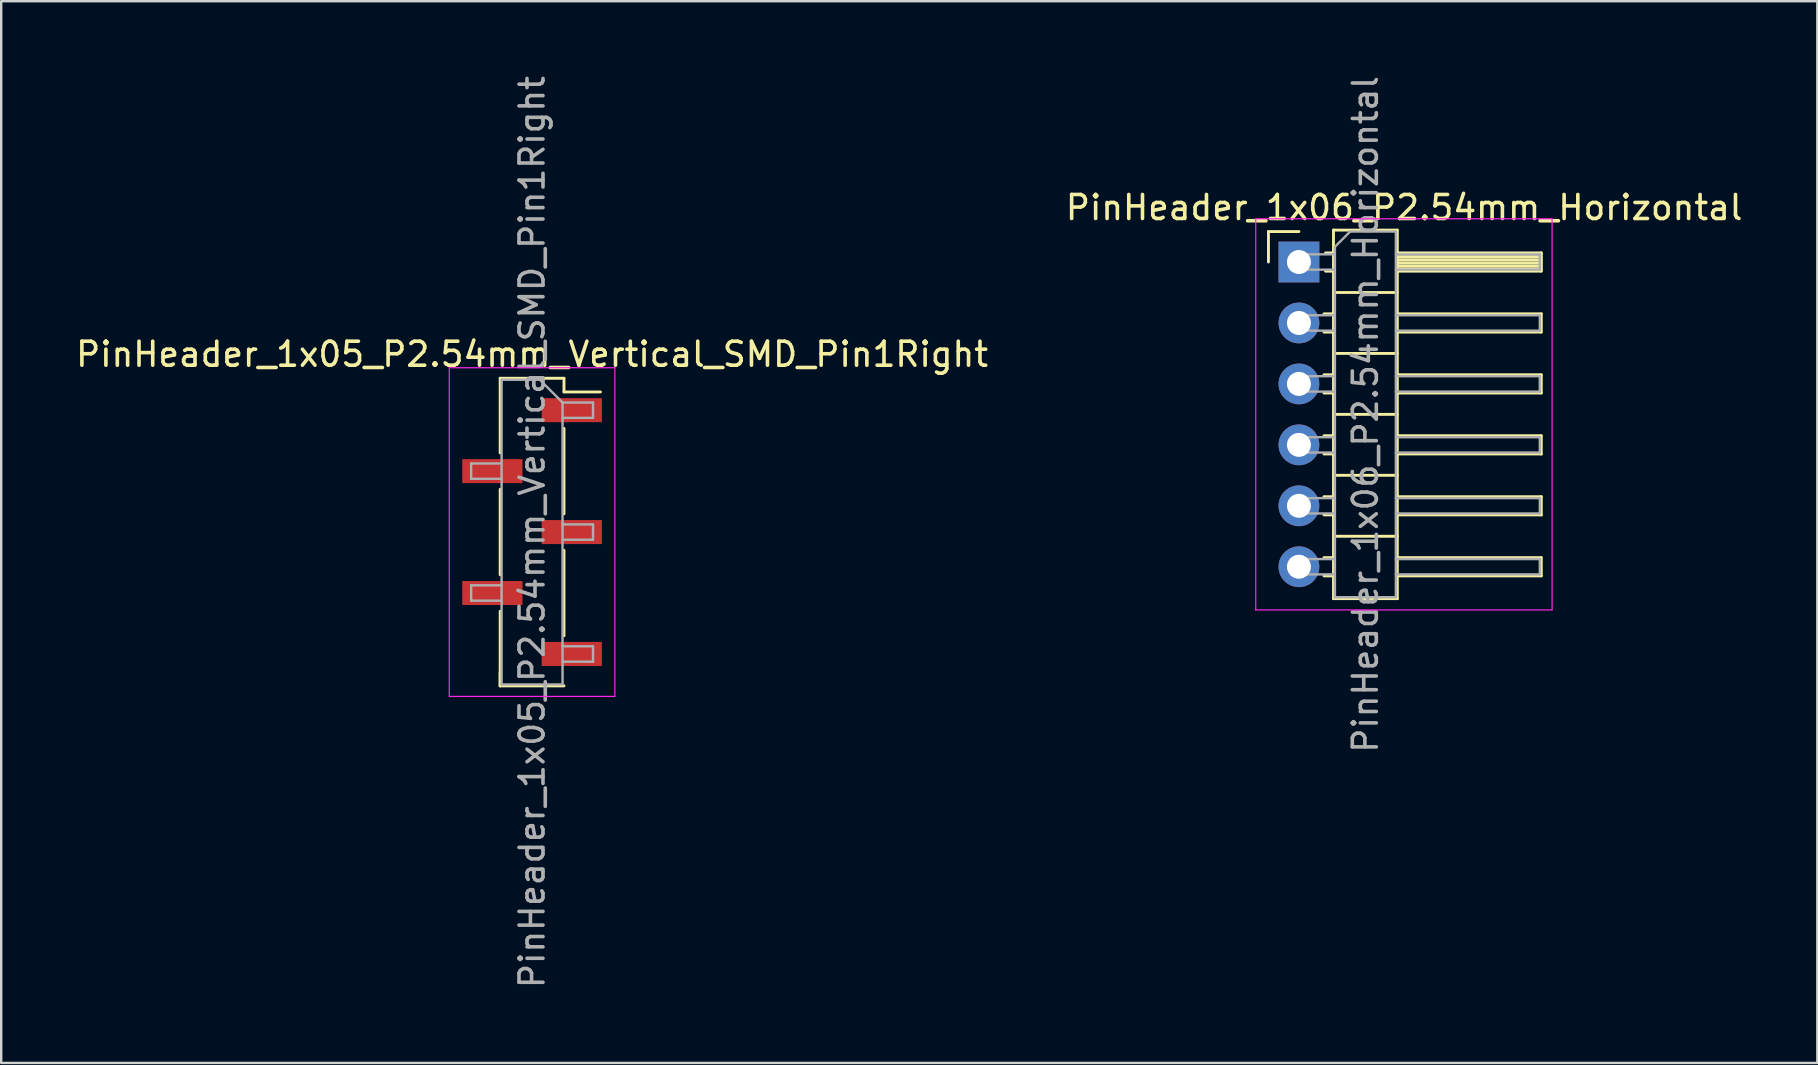
<source format=kicad_pcb>
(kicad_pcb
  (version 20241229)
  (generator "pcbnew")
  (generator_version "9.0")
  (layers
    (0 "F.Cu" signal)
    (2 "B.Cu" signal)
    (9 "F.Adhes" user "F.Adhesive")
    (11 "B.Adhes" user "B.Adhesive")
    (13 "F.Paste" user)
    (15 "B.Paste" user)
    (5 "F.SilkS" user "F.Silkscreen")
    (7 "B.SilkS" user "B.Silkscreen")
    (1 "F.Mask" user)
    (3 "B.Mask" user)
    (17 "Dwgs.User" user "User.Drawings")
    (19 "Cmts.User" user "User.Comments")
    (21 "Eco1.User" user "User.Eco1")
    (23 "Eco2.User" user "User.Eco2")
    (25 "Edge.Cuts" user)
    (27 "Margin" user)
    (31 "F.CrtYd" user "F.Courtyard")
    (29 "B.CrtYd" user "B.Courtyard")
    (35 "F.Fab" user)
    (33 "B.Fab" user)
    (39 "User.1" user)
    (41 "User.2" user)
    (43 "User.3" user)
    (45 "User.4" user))
  (footprint "PinHeader_1x05_P2.54mm_Vertical_SMD_Pin1Right"
    (layer "F.Cu")
    (at 19.125 19.125)
    (property "Reference" "PinHeader_1x05_P2.54mm_Vertical_SMD_Pin1Right" (at 0 -7.41 0) (layer "F.SilkS") (effects (font (size 1 1) (thickness 0.15))))
    (attr smd)
    (fp_line (start -1.33 -6.41) (end -1.33 -3.3) (stroke (width 0.12) (type solid)) (layer "F.SilkS"))
    (fp_line (start -1.33 -6.41) (end 1.33 -6.41) (stroke (width 0.12) (type solid)) (layer "F.SilkS"))
    (fp_line (start -1.33 -1.78) (end -1.33 1.78) (stroke (width 0.12) (type solid)) (layer "F.SilkS"))
    (fp_line (start -1.33 3.3) (end -1.33 6.41) (stroke (width 0.12) (type solid)) (layer "F.SilkS"))
    (fp_line (start -1.33 5.84) (end -1.33 6.41) (stroke (width 0.12) (type solid)) (layer "F.SilkS"))
    (fp_line (start -1.33 6.41) (end 1.33 6.41) (stroke (width 0.12) (type solid)) (layer "F.SilkS"))
    (fp_line (start 1.33 -6.41) (end 1.33 -5.84) (stroke (width 0.12) (type solid)) (layer "F.SilkS"))
    (fp_line (start 1.33 -5.84) (end 2.85 -5.84) (stroke (width 0.12) (type solid)) (layer "F.SilkS"))
    (fp_line (start 1.33 -4.32) (end 1.33 -0.76) (stroke (width 0.12) (type solid)) (layer "F.SilkS"))
    (fp_line (start 1.33 0.76) (end 1.33 4.32) (stroke (width 0.12) (type solid)) (layer "F.SilkS"))
    (fp_line (start -3.45 -6.85) (end -3.45 6.85) (stroke (width 0.05) (type solid)) (layer "F.CrtYd"))
    (fp_line (start -3.45 6.85) (end 3.45 6.85) (stroke (width 0.05) (type solid)) (layer "F.CrtYd"))
    (fp_line (start 3.45 -6.85) (end -3.45 -6.85) (stroke (width 0.05) (type solid)) (layer "F.CrtYd"))
    (fp_line (start 3.45 6.85) (end 3.45 -6.85) (stroke (width 0.05) (type solid)) (layer "F.CrtYd"))
    (fp_line (start -2.54 -2.86) (end -2.54 -2.22) (stroke (width 0.1) (type solid)) (layer "F.Fab"))
    (fp_line (start -2.54 -2.22) (end -1.27 -2.22) (stroke (width 0.1) (type solid)) (layer "F.Fab"))
    (fp_line (start -2.54 2.22) (end -2.54 2.86) (stroke (width 0.1) (type solid)) (layer "F.Fab"))
    (fp_line (start -2.54 2.86) (end -1.27 2.86) (stroke (width 0.1) (type solid)) (layer "F.Fab"))
    (fp_line (start -1.27 -6.35) (end -1.27 6.35) (stroke (width 0.1) (type solid)) (layer "F.Fab"))
    (fp_line (start -1.27 -6.35) (end 0.32 -6.35) (stroke (width 0.1) (type solid)) (layer "F.Fab"))
    (fp_line (start -1.27 -2.86) (end -2.54 -2.86) (stroke (width 0.1) (type solid)) (layer "F.Fab"))
    (fp_line (start -1.27 2.22) (end -2.54 2.22) (stroke (width 0.1) (type solid)) (layer "F.Fab"))
    (fp_line (start 1.27 -5.4) (end 0.32 -6.35) (stroke (width 0.1) (type solid)) (layer "F.Fab"))
    (fp_line (start 1.27 -5.4) (end 2.54 -5.4) (stroke (width 0.1) (type solid)) (layer "F.Fab"))
    (fp_line (start 1.27 -0.32) (end 2.54 -0.32) (stroke (width 0.1) (type solid)) (layer "F.Fab"))
    (fp_line (start 1.27 4.76) (end 2.54 4.76) (stroke (width 0.1) (type solid)) (layer "F.Fab"))
    (fp_line (start 1.27 6.35) (end -1.27 6.35) (stroke (width 0.1) (type solid)) (layer "F.Fab"))
    (fp_line (start 1.27 6.35) (end 1.27 -5.4) (stroke (width 0.1) (type solid)) (layer "F.Fab"))
    (fp_line (start 2.54 -5.4) (end 2.54 -4.76) (stroke (width 0.1) (type solid)) (layer "F.Fab"))
    (fp_line (start 2.54 -4.76) (end 1.27 -4.76) (stroke (width 0.1) (type solid)) (layer "F.Fab"))
    (fp_line (start 2.54 -0.32) (end 2.54 0.32) (stroke (width 0.1) (type solid)) (layer "F.Fab"))
    (fp_line (start 2.54 0.32) (end 1.27 0.32) (stroke (width 0.1) (type solid)) (layer "F.Fab"))
    (fp_line (start 2.54 4.76) (end 2.54 5.4) (stroke (width 0.1) (type solid)) (layer "F.Fab"))
    (fp_line (start 2.54 5.4) (end 1.27 5.4) (stroke (width 0.1) (type solid)) (layer "F.Fab"))
    (fp_text user "${REFERENCE}" (at 0 0 90) (layer "F.Fab") (effects (font (size 1 1) (thickness 0.15))))
    (pad "1" smd rect (at 1.655 -5.08) (size 2.51 1) (layers "F.Cu" "F.Mask" "F.Paste"))
    (pad "2" smd rect (at -1.655 -2.54) (size 2.51 1) (layers "F.Cu" "F.Mask" "F.Paste"))
    (pad "3" smd rect (at 1.655 0) (size 2.51 1) (layers "F.Cu" "F.Mask" "F.Paste"))
    (pad "4" smd rect (at -1.655 2.54) (size 2.51 1) (layers "F.Cu" "F.Mask" "F.Paste"))
    (pad "5" smd rect (at 1.655 5.08) (size 2.51 1) (layers "F.Cu" "F.Mask" "F.Paste")))
  (footprint "PinHeader_1x06_P2.54mm_Horizontal"
    (layer "F.Cu")
    (at 51.085 7.87)
    (property "Reference" "PinHeader_1x06_P2.54mm_Horizontal" (at 4.385 -2.27 0) (layer "F.SilkS") (effects (font (size 1 1) (thickness 0.15))))
    (attr through_hole)
    (fp_line (start -1.27 -1.27) (end 0 -1.27) (stroke (width 0.12) (type solid)) (layer "F.SilkS"))
    (fp_line (start -1.27 0) (end -1.27 -1.27) (stroke (width 0.12) (type solid)) (layer "F.SilkS"))
    (fp_line (start 1.043 2.16) (end 1.44 2.16) (stroke (width 0.12) (type solid)) (layer "F.SilkS"))
    (fp_line (start 1.043 2.92) (end 1.44 2.92) (stroke (width 0.12) (type solid)) (layer "F.SilkS"))
    (fp_line (start 1.043 4.7) (end 1.44 4.7) (stroke (width 0.12) (type solid)) (layer "F.SilkS"))
    (fp_line (start 1.043 5.46) (end 1.44 5.46) (stroke (width 0.12) (type solid)) (layer "F.SilkS"))
    (fp_line (start 1.043 7.24) (end 1.44 7.24) (stroke (width 0.12) (type solid)) (layer "F.SilkS"))
    (fp_line (start 1.043 8) (end 1.44 8) (stroke (width 0.12) (type solid)) (layer "F.SilkS"))
    (fp_line (start 1.043 9.78) (end 1.44 9.78) (stroke (width 0.12) (type solid)) (layer "F.SilkS"))
    (fp_line (start 1.043 10.54) (end 1.44 10.54) (stroke (width 0.12) (type solid)) (layer "F.SilkS"))
    (fp_line (start 1.043 12.32) (end 1.44 12.32) (stroke (width 0.12) (type solid)) (layer "F.SilkS"))
    (fp_line (start 1.043 13.08) (end 1.44 13.08) (stroke (width 0.12) (type solid)) (layer "F.SilkS"))
    (fp_line (start 1.11 -0.38) (end 1.44 -0.38) (stroke (width 0.12) (type solid)) (layer "F.SilkS"))
    (fp_line (start 1.11 0.38) (end 1.44 0.38) (stroke (width 0.12) (type solid)) (layer "F.SilkS"))
    (fp_line (start 1.44 -1.33) (end 1.44 14.03) (stroke (width 0.12) (type solid)) (layer "F.SilkS"))
    (fp_line (start 1.44 1.27) (end 4.1 1.27) (stroke (width 0.12) (type solid)) (layer "F.SilkS"))
    (fp_line (start 1.44 3.81) (end 4.1 3.81) (stroke (width 0.12) (type solid)) (layer "F.SilkS"))
    (fp_line (start 1.44 6.35) (end 4.1 6.35) (stroke (width 0.12) (type solid)) (layer "F.SilkS"))
    (fp_line (start 1.44 8.89) (end 4.1 8.89) (stroke (width 0.12) (type solid)) (layer "F.SilkS"))
    (fp_line (start 1.44 11.43) (end 4.1 11.43) (stroke (width 0.12) (type solid)) (layer "F.SilkS"))
    (fp_line (start 1.44 14.03) (end 4.1 14.03) (stroke (width 0.12) (type solid)) (layer "F.SilkS"))
    (fp_line (start 4.1 -1.33) (end 1.44 -1.33) (stroke (width 0.12) (type solid)) (layer "F.SilkS"))
    (fp_line (start 4.1 -0.38) (end 10.1 -0.38) (stroke (width 0.12) (type solid)) (layer "F.SilkS"))
    (fp_line (start 4.1 -0.32) (end 10.1 -0.32) (stroke (width 0.12) (type solid)) (layer "F.SilkS"))
    (fp_line (start 4.1 -0.2) (end 10.1 -0.2) (stroke (width 0.12) (type solid)) (layer "F.SilkS"))
    (fp_line (start 4.1 -0.08) (end 10.1 -0.08) (stroke (width 0.12) (type solid)) (layer "F.SilkS"))
    (fp_line (start 4.1 0.04) (end 10.1 0.04) (stroke (width 0.12) (type solid)) (layer "F.SilkS"))
    (fp_line (start 4.1 0.16) (end 10.1 0.16) (stroke (width 0.12) (type solid)) (layer "F.SilkS"))
    (fp_line (start 4.1 0.28) (end 10.1 0.28) (stroke (width 0.12) (type solid)) (layer "F.SilkS"))
    (fp_line (start 4.1 2.16) (end 10.1 2.16) (stroke (width 0.12) (type solid)) (layer "F.SilkS"))
    (fp_line (start 4.1 4.7) (end 10.1 4.7) (stroke (width 0.12) (type solid)) (layer "F.SilkS"))
    (fp_line (start 4.1 7.24) (end 10.1 7.24) (stroke (width 0.12) (type solid)) (layer "F.SilkS"))
    (fp_line (start 4.1 9.78) (end 10.1 9.78) (stroke (width 0.12) (type solid)) (layer "F.SilkS"))
    (fp_line (start 4.1 12.32) (end 10.1 12.32) (stroke (width 0.12) (type solid)) (layer "F.SilkS"))
    (fp_line (start 4.1 14.03) (end 4.1 -1.33) (stroke (width 0.12) (type solid)) (layer "F.SilkS"))
    (fp_line (start 10.1 -0.38) (end 10.1 0.38) (stroke (width 0.12) (type solid)) (layer "F.SilkS"))
    (fp_line (start 10.1 0.38) (end 4.1 0.38) (stroke (width 0.12) (type solid)) (layer "F.SilkS"))
    (fp_line (start 10.1 2.16) (end 10.1 2.92) (stroke (width 0.12) (type solid)) (layer "F.SilkS"))
    (fp_line (start 10.1 2.92) (end 4.1 2.92) (stroke (width 0.12) (type solid)) (layer "F.SilkS"))
    (fp_line (start 10.1 4.7) (end 10.1 5.46) (stroke (width 0.12) (type solid)) (layer "F.SilkS"))
    (fp_line (start 10.1 5.46) (end 4.1 5.46) (stroke (width 0.12) (type solid)) (layer "F.SilkS"))
    (fp_line (start 10.1 7.24) (end 10.1 8) (stroke (width 0.12) (type solid)) (layer "F.SilkS"))
    (fp_line (start 10.1 8) (end 4.1 8) (stroke (width 0.12) (type solid)) (layer "F.SilkS"))
    (fp_line (start 10.1 9.78) (end 10.1 10.54) (stroke (width 0.12) (type solid)) (layer "F.SilkS"))
    (fp_line (start 10.1 10.54) (end 4.1 10.54) (stroke (width 0.12) (type solid)) (layer "F.SilkS"))
    (fp_line (start 10.1 12.32) (end 10.1 13.08) (stroke (width 0.12) (type solid)) (layer "F.SilkS"))
    (fp_line (start 10.1 13.08) (end 4.1 13.08) (stroke (width 0.12) (type solid)) (layer "F.SilkS"))
    (fp_line (start -1.8 -1.8) (end -1.8 14.5) (stroke (width 0.05) (type solid)) (layer "F.CrtYd"))
    (fp_line (start -1.8 14.5) (end 10.55 14.5) (stroke (width 0.05) (type solid)) (layer "F.CrtYd"))
    (fp_line (start 10.55 -1.8) (end -1.8 -1.8) (stroke (width 0.05) (type solid)) (layer "F.CrtYd"))
    (fp_line (start 10.55 14.5) (end 10.55 -1.8) (stroke (width 0.05) (type solid)) (layer "F.CrtYd"))
    (fp_line (start -0.32 -0.32) (end -0.32 0.32) (stroke (width 0.1) (type solid)) (layer "F.Fab"))
    (fp_line (start -0.32 -0.32) (end 1.5 -0.32) (stroke (width 0.1) (type solid)) (layer "F.Fab"))
    (fp_line (start -0.32 0.32) (end 1.5 0.32) (stroke (width 0.1) (type solid)) (layer "F.Fab"))
    (fp_line (start -0.32 2.22) (end -0.32 2.86) (stroke (width 0.1) (type solid)) (layer "F.Fab"))
    (fp_line (start -0.32 2.22) (end 1.5 2.22) (stroke (width 0.1) (type solid)) (layer "F.Fab"))
    (fp_line (start -0.32 2.86) (end 1.5 2.86) (stroke (width 0.1) (type solid)) (layer "F.Fab"))
    (fp_line (start -0.32 4.76) (end -0.32 5.4) (stroke (width 0.1) (type solid)) (layer "F.Fab"))
    (fp_line (start -0.32 4.76) (end 1.5 4.76) (stroke (width 0.1) (type solid)) (layer "F.Fab"))
    (fp_line (start -0.32 5.4) (end 1.5 5.4) (stroke (width 0.1) (type solid)) (layer "F.Fab"))
    (fp_line (start -0.32 7.3) (end -0.32 7.94) (stroke (width 0.1) (type solid)) (layer "F.Fab"))
    (fp_line (start -0.32 7.3) (end 1.5 7.3) (stroke (width 0.1) (type solid)) (layer "F.Fab"))
    (fp_line (start -0.32 7.94) (end 1.5 7.94) (stroke (width 0.1) (type solid)) (layer "F.Fab"))
    (fp_line (start -0.32 9.84) (end -0.32 10.48) (stroke (width 0.1) (type solid)) (layer "F.Fab"))
    (fp_line (start -0.32 9.84) (end 1.5 9.84) (stroke (width 0.1) (type solid)) (layer "F.Fab"))
    (fp_line (start -0.32 10.48) (end 1.5 10.48) (stroke (width 0.1) (type solid)) (layer "F.Fab"))
    (fp_line (start -0.32 12.38) (end -0.32 13.02) (stroke (width 0.1) (type solid)) (layer "F.Fab"))
    (fp_line (start -0.32 12.38) (end 1.5 12.38) (stroke (width 0.1) (type solid)) (layer "F.Fab"))
    (fp_line (start -0.32 13.02) (end 1.5 13.02) (stroke (width 0.1) (type solid)) (layer "F.Fab"))
    (fp_line (start 1.5 -0.635) (end 2.135 -1.27) (stroke (width 0.1) (type solid)) (layer "F.Fab"))
    (fp_line (start 1.5 13.97) (end 1.5 -0.635) (stroke (width 0.1) (type solid)) (layer "F.Fab"))
    (fp_line (start 2.135 -1.27) (end 4.04 -1.27) (stroke (width 0.1) (type solid)) (layer "F.Fab"))
    (fp_line (start 4.04 -1.27) (end 4.04 13.97) (stroke (width 0.1) (type solid)) (layer "F.Fab"))
    (fp_line (start 4.04 -0.32) (end 10.04 -0.32) (stroke (width 0.1) (type solid)) (layer "F.Fab"))
    (fp_line (start 4.04 0.32) (end 10.04 0.32) (stroke (width 0.1) (type solid)) (layer "F.Fab"))
    (fp_line (start 4.04 2.22) (end 10.04 2.22) (stroke (width 0.1) (type solid)) (layer "F.Fab"))
    (fp_line (start 4.04 2.86) (end 10.04 2.86) (stroke (width 0.1) (type solid)) (layer "F.Fab"))
    (fp_line (start 4.04 4.76) (end 10.04 4.76) (stroke (width 0.1) (type solid)) (layer "F.Fab"))
    (fp_line (start 4.04 5.4) (end 10.04 5.4) (stroke (width 0.1) (type solid)) (layer "F.Fab"))
    (fp_line (start 4.04 7.3) (end 10.04 7.3) (stroke (width 0.1) (type solid)) (layer "F.Fab"))
    (fp_line (start 4.04 7.94) (end 10.04 7.94) (stroke (width 0.1) (type solid)) (layer "F.Fab"))
    (fp_line (start 4.04 9.84) (end 10.04 9.84) (stroke (width 0.1) (type solid)) (layer "F.Fab"))
    (fp_line (start 4.04 10.48) (end 10.04 10.48) (stroke (width 0.1) (type solid)) (layer "F.Fab"))
    (fp_line (start 4.04 12.38) (end 10.04 12.38) (stroke (width 0.1) (type solid)) (layer "F.Fab"))
    (fp_line (start 4.04 13.02) (end 10.04 13.02) (stroke (width 0.1) (type solid)) (layer "F.Fab"))
    (fp_line (start 4.04 13.97) (end 1.5 13.97) (stroke (width 0.1) (type solid)) (layer "F.Fab"))
    (fp_line (start 10.04 -0.32) (end 10.04 0.32) (stroke (width 0.1) (type solid)) (layer "F.Fab"))
    (fp_line (start 10.04 2.22) (end 10.04 2.86) (stroke (width 0.1) (type solid)) (layer "F.Fab"))
    (fp_line (start 10.04 4.76) (end 10.04 5.4) (stroke (width 0.1) (type solid)) (layer "F.Fab"))
    (fp_line (start 10.04 7.3) (end 10.04 7.94) (stroke (width 0.1) (type solid)) (layer "F.Fab"))
    (fp_line (start 10.04 9.84) (end 10.04 10.48) (stroke (width 0.1) (type solid)) (layer "F.Fab"))
    (fp_line (start 10.04 12.38) (end 10.04 13.02) (stroke (width 0.1) (type solid)) (layer "F.Fab"))
    (fp_text user "${REFERENCE}" (at 2.77 6.35 90) (layer "F.Fab") (effects (font (size 1 1) (thickness 0.15))))
    (pad "1" thru_hole rect (at 0 0) (size 1.7 1.7) (drill 1) (layers "*.Cu" "*.Mask"))
    (pad "2" thru_hole oval (at 0 2.54) (size 1.7 1.7) (drill 1) (layers "*.Cu" "*.Mask"))
    (pad "3" thru_hole oval (at 0 5.08) (size 1.7 1.7) (drill 1) (layers "*.Cu" "*.Mask"))
    (pad "4" thru_hole oval (at 0 7.62) (size 1.7 1.7) (drill 1) (layers "*.Cu" "*.Mask"))
    (pad "5" thru_hole oval (at 0 10.16) (size 1.7 1.7) (drill 1) (layers "*.Cu" "*.Mask"))
    (pad "6" thru_hole oval (at 0 12.7) (size 1.7 1.7) (drill 1) (layers "*.Cu" "*.Mask")))
  (gr_rect
    (start -3 -3)
    (end 72.69 41.25)
    (stroke (width 0.1) (type default))
    (fill no)
    (layer "Edge.Cuts")))
</source>
